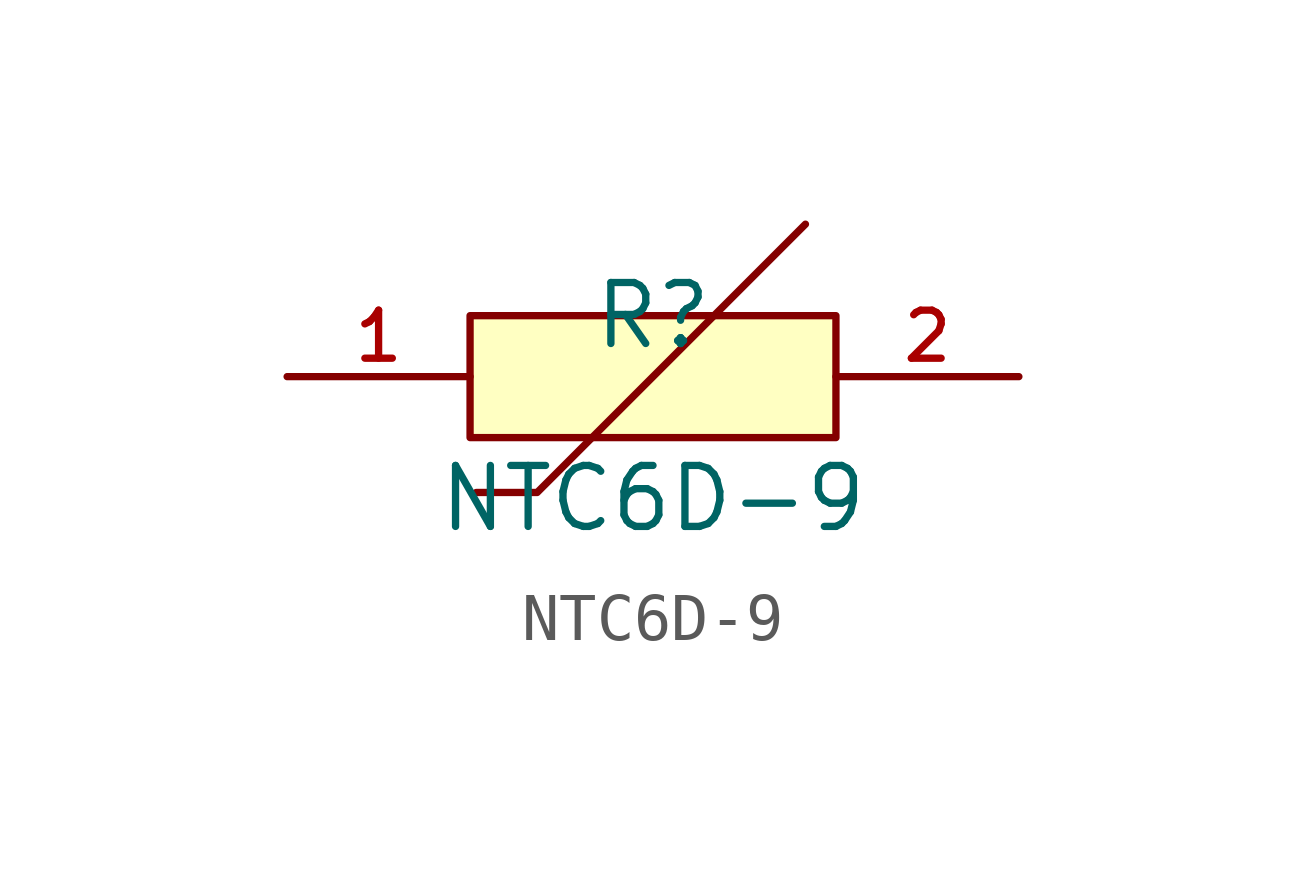
<source format=kicad_sym>
(kicad_symbol_lib
  (version 20210201)
  (generator TousstNicolas/JLC2KiCad_lib)
  (symbol "NTC6D-9"
    (pin_names hide)
    (property "Reference" "R"
      (at 0 1.27 0)
      (effects (font (size 1.27 1.27))))
    (property "Value" "NTC6D-9"
      (at 0 -2.54 0)
      (effects (font (size 1.27 1.27))))
    (symbol "NTC6D-9_0_1"
      (rectangle (start -3.81 1.27) (end 3.81 -1.27) (stroke (width 0) (type default) (color 0 0 0 0)) (fill (type background)))
      (pin unspecified line (at -7.62 -0.0 0) (length 3.81) (name "1" (effects (font (size 1 1)))) (number "1" (effects (font (size 1 1)))))
      (pin unspecified line (at 7.62 -0.0 180) (length 3.81) (name "2" (effects (font (size 1 1)))) (number "2" (effects (font (size 1 1)))))
      (polyline (pts (xy 3.175 3.175) (xy -2.413 -2.413) (xy -3.683 -2.413)) (stroke (width 0) (type default) (color 0 0 0 0)) (fill (type none))))))
</source>
